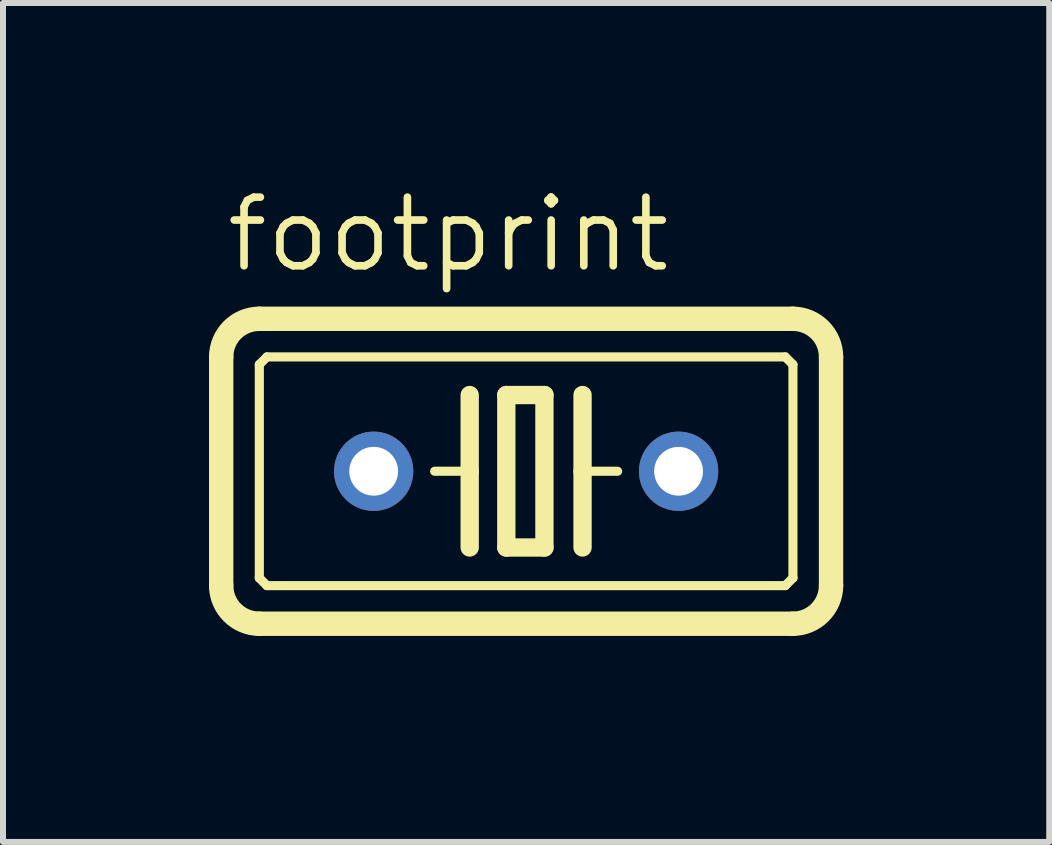
<source format=kicad_pcb>
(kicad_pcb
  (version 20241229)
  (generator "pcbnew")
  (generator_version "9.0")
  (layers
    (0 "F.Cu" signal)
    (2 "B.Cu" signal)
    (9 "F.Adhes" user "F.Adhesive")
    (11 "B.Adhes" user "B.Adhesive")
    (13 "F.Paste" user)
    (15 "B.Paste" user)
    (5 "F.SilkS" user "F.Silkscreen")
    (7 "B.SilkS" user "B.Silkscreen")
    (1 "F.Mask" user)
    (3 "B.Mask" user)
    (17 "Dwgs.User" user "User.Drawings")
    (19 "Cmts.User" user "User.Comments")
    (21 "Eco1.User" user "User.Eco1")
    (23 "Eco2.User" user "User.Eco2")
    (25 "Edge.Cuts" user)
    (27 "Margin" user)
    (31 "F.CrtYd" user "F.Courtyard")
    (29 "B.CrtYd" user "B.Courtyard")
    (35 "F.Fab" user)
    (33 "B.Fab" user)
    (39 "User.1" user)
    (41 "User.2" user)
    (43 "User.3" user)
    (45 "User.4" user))
  (footprint "footprint"
    (layer "F.Cu")
    (at 5.715 4.801)
    (property "Reference" "footprint" (at -5.055 -3.277 0) (layer "F.SilkS") (effects (font (size 1.143 1.143) (thickness 0.127)) (justify left bottom)))
    (fp_line (start -5.08 -1.905) (end -5.08 1.905) (stroke (width 0.406) (type solid)) (layer "F.SilkS"))
    (fp_line (start -4.445 -2.54) (end 4.445 -2.54) (stroke (width 0.406) (type solid)) (layer "F.SilkS"))
    (fp_line (start -4.445 -1.778) (end -4.445 1.778) (stroke (width 0.152) (type solid)) (layer "F.SilkS"))
    (fp_line (start -4.445 -1.778) (end -4.318 -1.905) (stroke (width 0.152) (type solid)) (layer "F.SilkS"))
    (fp_line (start -4.445 2.54) (end 4.445 2.54) (stroke (width 0.406) (type solid)) (layer "F.SilkS"))
    (fp_line (start -4.318 1.905) (end -4.445 1.778) (stroke (width 0.152) (type solid)) (layer "F.SilkS"))
    (fp_line (start -4.318 1.905) (end 4.318 1.905) (stroke (width 0.152) (type solid)) (layer "F.SilkS"))
    (fp_line (start -0.94 -1.27) (end -0.94 0) (stroke (width 0.305) (type solid)) (layer "F.SilkS"))
    (fp_line (start -0.94 0) (end -1.524 0) (stroke (width 0.152) (type solid)) (layer "F.SilkS"))
    (fp_line (start -0.94 0) (end -0.94 1.27) (stroke (width 0.305) (type solid)) (layer "F.SilkS"))
    (fp_line (start -0.33 -1.27) (end -0.33 1.27) (stroke (width 0.305) (type solid)) (layer "F.SilkS"))
    (fp_line (start -0.33 1.27) (end 0.305 1.27) (stroke (width 0.305) (type solid)) (layer "F.SilkS"))
    (fp_line (start 0.305 -1.27) (end -0.33 -1.27) (stroke (width 0.305) (type solid)) (layer "F.SilkS"))
    (fp_line (start 0.305 1.27) (end 0.305 -1.27) (stroke (width 0.305) (type solid)) (layer "F.SilkS"))
    (fp_line (start 0.94 -1.27) (end 0.94 0) (stroke (width 0.305) (type solid)) (layer "F.SilkS"))
    (fp_line (start 0.94 0) (end 0.94 1.27) (stroke (width 0.305) (type solid)) (layer "F.SilkS"))
    (fp_line (start 0.94 0) (end 1.524 0) (stroke (width 0.152) (type solid)) (layer "F.SilkS"))
    (fp_line (start 4.318 -1.905) (end -4.318 -1.905) (stroke (width 0.152) (type solid)) (layer "F.SilkS"))
    (fp_line (start 4.318 -1.905) (end 4.445 -1.778) (stroke (width 0.152) (type solid)) (layer "F.SilkS"))
    (fp_line (start 4.318 1.905) (end 4.445 1.778) (stroke (width 0.152) (type solid)) (layer "F.SilkS"))
    (fp_line (start 4.445 1.778) (end 4.445 -1.778) (stroke (width 0.152) (type solid)) (layer "F.SilkS"))
    (fp_line (start 5.08 1.905) (end 5.08 -1.905) (stroke (width 0.406) (type solid)) (layer "F.SilkS"))
    (fp_arc (start -5.08 -1.905) (mid -4.894013 -2.354013) (end -4.445 -2.54) (stroke (width 0.4064) (type solid)) (layer "F.SilkS"))
    (fp_arc (start -4.445 2.54) (mid -4.894013 2.354013) (end -5.08 1.905) (stroke (width 0.4064) (type solid)) (layer "F.SilkS"))
    (fp_arc (start 4.445 -2.54) (mid 4.894013 -2.354013) (end 5.08 -1.905) (stroke (width 0.4064) (type solid)) (layer "F.SilkS"))
    (fp_arc (start 5.08 1.905) (mid 4.894013 2.354013) (end 4.445 2.54) (stroke (width 0.4064) (type solid)) (layer "F.SilkS"))
    (pad "1" thru_hole circle (at -2.54 0) (size 1.321 1.321) (drill 0.813) (layers "*.Cu" "*.Mask"))
    (pad "2" thru_hole circle (at 2.54 0) (size 1.321 1.321) (drill 0.813) (layers "*.Cu" "*.Mask"))
    (zone (net_name "") (layers "F.Cu" "B.Cu") (hatch edge 0.508) (connect_pads) (min_thickness 0.254) (filled_areas_thickness no) (keepout (tracks allowed) (vias not_allowed) (pads allowed) (copperpour allowed) (footprints allowed)) (placement (enabled no)) (fill) (polygon (pts (xy 0 7.976) (xy 11.43 7.976) (xy 11.43 1.626) (xy 0 1.626)))))
  (gr_rect
    (start -3 -3)
    (end 14.43 10.976)
    (stroke (width 0.1) (type default))
    (fill no)
    (layer "Edge.Cuts")))
</source>
